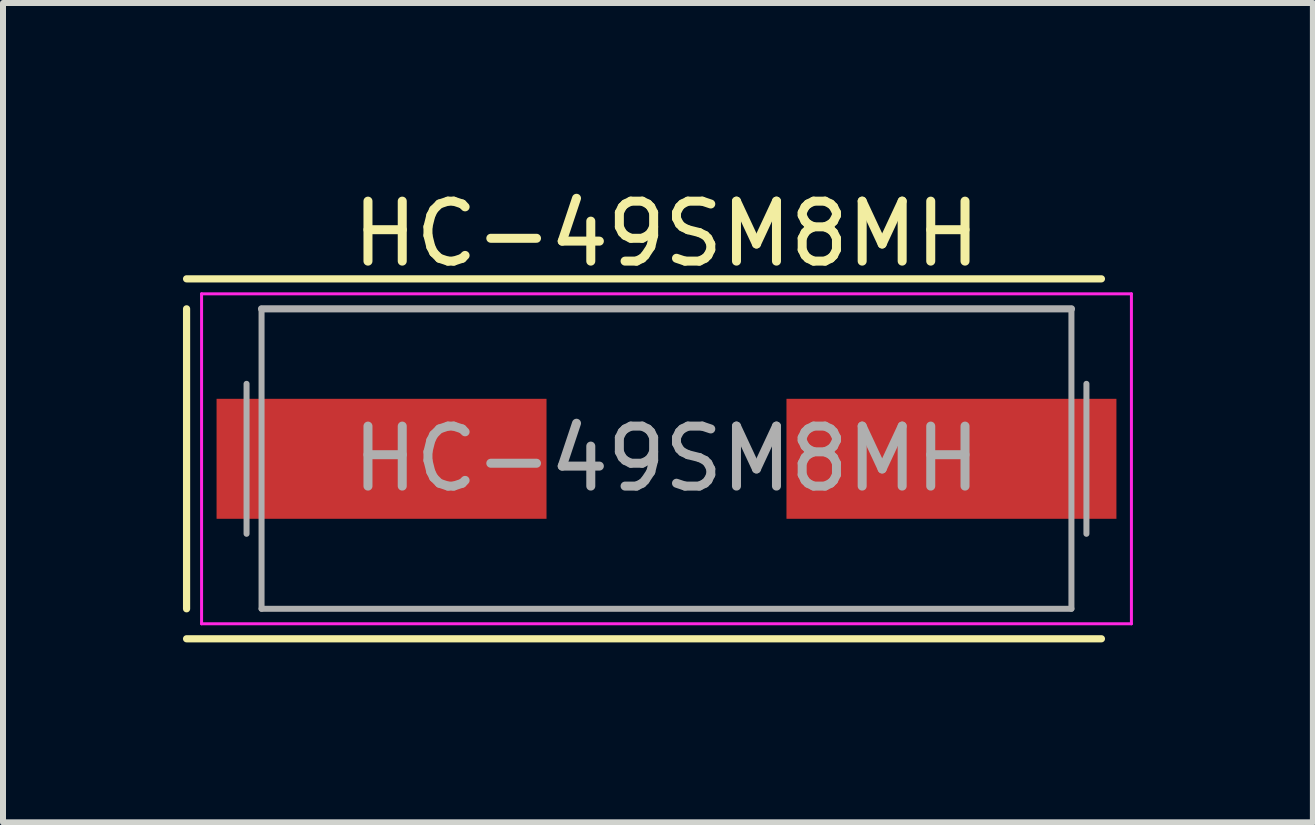
<source format=kicad_pcb>
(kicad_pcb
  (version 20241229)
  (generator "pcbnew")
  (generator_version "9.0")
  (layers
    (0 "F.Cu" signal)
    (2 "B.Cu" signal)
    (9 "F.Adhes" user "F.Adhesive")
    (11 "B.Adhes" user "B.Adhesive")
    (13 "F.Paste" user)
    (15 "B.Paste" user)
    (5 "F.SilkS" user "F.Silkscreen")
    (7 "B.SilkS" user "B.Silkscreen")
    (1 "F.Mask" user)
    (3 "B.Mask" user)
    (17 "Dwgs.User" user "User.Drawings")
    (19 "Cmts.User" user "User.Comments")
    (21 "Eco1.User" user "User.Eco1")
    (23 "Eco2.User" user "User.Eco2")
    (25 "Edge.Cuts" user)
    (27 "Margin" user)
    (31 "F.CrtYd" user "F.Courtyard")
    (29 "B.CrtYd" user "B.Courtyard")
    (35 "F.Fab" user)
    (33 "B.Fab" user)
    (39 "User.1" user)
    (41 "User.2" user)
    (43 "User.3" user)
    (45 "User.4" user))
  (footprint "HC-49SM8MH"
    (layer "F.Cu")
    (at 8.06 4.598)
    (property "Reference" "HC-49SM8MH" (at 0 -3.75 0) (layer "F.SilkS") (effects (font (size 1 1) (thickness 0.15))))
    (attr smd)
    (fp_line (start -8 -3) (end 7.25 -3) (stroke (width 0.12) (type solid)) (layer "F.SilkS"))
    (fp_line (start -8 -2.5) (end -8 2.5) (stroke (width 0.12) (type solid)) (layer "F.SilkS"))
    (fp_line (start -8 3) (end 7.25 3) (stroke (width 0.12) (type solid)) (layer "F.SilkS"))
    (fp_line (start -7.75 -2.75) (end -7.75 2.75) (stroke (width 0.05) (type solid)) (layer "F.CrtYd"))
    (fp_line (start -7.75 2.75) (end 7.75 2.75) (stroke (width 0.05) (type solid)) (layer "F.CrtYd"))
    (fp_line (start 7.75 -2.75) (end -7.75 -2.75) (stroke (width 0.05) (type solid)) (layer "F.CrtYd"))
    (fp_line (start 7.75 2.75) (end 7.75 -2.75) (stroke (width 0.05) (type solid)) (layer "F.CrtYd"))
    (fp_line (start -7 -1.25) (end -7 1.25) (stroke (width 0.1) (type solid)) (layer "F.Fab"))
    (fp_line (start -6.75 -2.5) (end -6.75 2.5) (stroke (width 0.1) (type solid)) (layer "F.Fab"))
    (fp_line (start -6.75 -2.5) (end 6.75 -2.5) (stroke (width 0.12) (type solid)) (layer "F.Fab"))
    (fp_line (start -6.75 2.5) (end 6.75 2.5) (stroke (width 0.1) (type solid)) (layer "F.Fab"))
    (fp_line (start 6.75 2.5) (end 6.75 -2.5) (stroke (width 0.1) (type solid)) (layer "F.Fab"))
    (fp_line (start 7 -1.25) (end 7 1.25) (stroke (width 0.1) (type solid)) (layer "F.Fab"))
    (fp_text user "${REFERENCE}" (at 0 0 0) (layer "F.Fab") (effects (font (size 1 1) (thickness 0.15))))
    (pad "1" smd rect (at -4.75 0) (size 5.5 2) (layers "F.Cu" "F.Mask" "F.Paste"))
    (pad "2" smd rect (at 4.75 0) (size 5.5 2) (layers "F.Cu" "F.Mask" "F.Paste")))
  (gr_rect
    (start -3 -3)
    (end 18.835 10.658)
    (stroke (width 0.1) (type default))
    (fill no)
    (layer "Edge.Cuts")))
</source>
